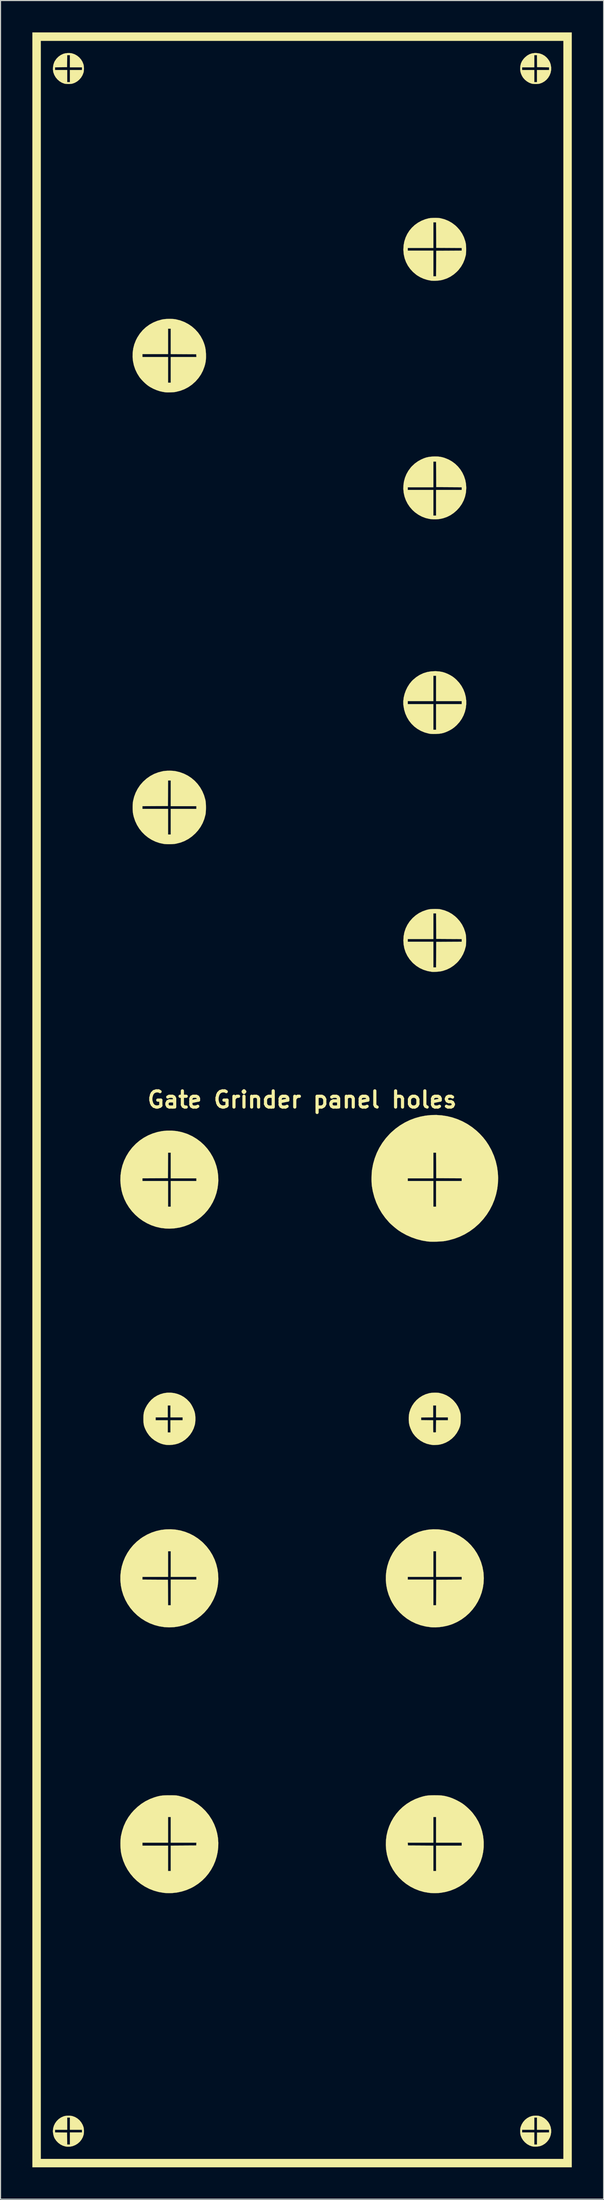
<source format=kicad_pcb>
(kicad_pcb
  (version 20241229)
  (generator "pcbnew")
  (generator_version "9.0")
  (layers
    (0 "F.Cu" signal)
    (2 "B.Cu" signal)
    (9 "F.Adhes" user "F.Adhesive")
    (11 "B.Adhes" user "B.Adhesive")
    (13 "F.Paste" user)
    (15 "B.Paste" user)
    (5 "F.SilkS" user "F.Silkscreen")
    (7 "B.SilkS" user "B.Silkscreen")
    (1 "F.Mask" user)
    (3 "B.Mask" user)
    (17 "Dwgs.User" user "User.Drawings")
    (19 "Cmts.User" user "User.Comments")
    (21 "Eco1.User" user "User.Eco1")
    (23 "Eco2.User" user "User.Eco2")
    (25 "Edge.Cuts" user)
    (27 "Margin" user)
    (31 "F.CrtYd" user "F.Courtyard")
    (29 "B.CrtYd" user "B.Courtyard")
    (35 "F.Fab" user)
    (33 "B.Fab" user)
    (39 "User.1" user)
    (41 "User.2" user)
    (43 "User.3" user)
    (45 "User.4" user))
  (footprint "Gate Grinder panel holes"
    (layer "F.Cu")
    (at 25.43 100.486)
    (property "Reference" "Gate Grinder panel holes" (at 0 0 0) (layer "F.SilkS") (effects (font (size 1.524 1.524) (thickness 0.3))))
    (attr through_hole)
    (fp_poly (pts (xy 25.425 100.507) (xy -25.425 100.507) (xy -25.425 -99.693) (xy -24.637 -99.693) (xy -24.637 99.719) (xy 24.637 99.719) (xy 24.637 -99.693) (xy -24.637 -99.693) (xy -25.425 -99.693) (xy -25.425 -100.481) (xy 25.425 -100.481) (xy 25.425 100.507)) (stroke (width 0.01) (type solid)) (fill yes) (layer "F.SilkS"))
    (fp_poly (pts (xy 22.27 95.661) (xy 22.364 95.678) (xy 22.606 95.761) (xy 22.832 95.888) (xy 23.035 96.053) (xy 23.208 96.249) (xy 23.334 96.455) (xy 23.431 96.704) (xy 23.48 96.957) (xy 23.484 97.21) (xy 23.445 97.458) (xy 23.365 97.694) (xy 23.246 97.914) (xy 23.091 98.111) (xy 22.901 98.282) (xy 22.68 98.419) (xy 22.494 98.498) (xy 22.349 98.535) (xy 22.175 98.558) (xy 21.993 98.566) (xy 21.821 98.559) (xy 21.683 98.537) (xy 21.441 98.45) (xy 21.215 98.322) (xy 21.014 98.158) (xy 20.842 97.965) (xy 20.706 97.748) (xy 20.613 97.515) (xy 20.607 97.492) (xy 20.579 97.34) (xy 20.566 97.165) (xy 20.569 96.985) (xy 20.57 96.973) (xy 20.747 96.973) (xy 20.747 97.227) (xy 21.891 97.227) (xy 21.891 98.371) (xy 22.145 98.371) (xy 22.151 97.805) (xy 22.158 97.24) (xy 22.724 97.233) (xy 23.29 97.226) (xy 23.29 96.973) (xy 22.146 96.973) (xy 22.146 95.828) (xy 21.891 95.828) (xy 21.891 96.973) (xy 20.747 96.973) (xy 20.57 96.973) (xy 20.586 96.82) (xy 20.606 96.73) (xy 20.704 96.477) (xy 20.843 96.248) (xy 21.017 96.049) (xy 21.221 95.884) (xy 21.451 95.758) (xy 21.652 95.689) (xy 21.786 95.664) (xy 21.947 95.652) (xy 22.115 95.651) (xy 22.27 95.661)) (stroke (width 0.01) (type solid)) (fill yes) (layer "F.SilkS"))
    (fp_poly (pts (xy -21.932 95.654) (xy -21.77 95.667) (xy -21.651 95.689) (xy -21.408 95.778) (xy -21.184 95.911) (xy -20.986 96.081) (xy -20.818 96.284) (xy -20.687 96.514) (xy -20.608 96.724) (xy -20.581 96.861) (xy -20.567 97.026) (xy -20.567 97.199) (xy -20.581 97.359) (xy -20.594 97.433) (xy -20.676 97.681) (xy -20.799 97.905) (xy -20.958 98.103) (xy -21.147 98.272) (xy -21.361 98.406) (xy -21.594 98.504) (xy -21.84 98.561) (xy -22.095 98.574) (xy -22.311 98.548) (xy -22.555 98.474) (xy -22.786 98.356) (xy -22.996 98.198) (xy -23.179 98.007) (xy -23.325 97.79) (xy -23.345 97.752) (xy -23.396 97.628) (xy -23.44 97.473) (xy -23.473 97.309) (xy -23.491 97.156) (xy -23.493 97.102) (xy -23.48 96.973) (xy -23.29 96.973) (xy -23.29 97.226) (xy -22.724 97.233) (xy -22.158 97.24) (xy -22.151 97.805) (xy -22.145 98.371) (xy -21.891 98.371) (xy -21.891 97.227) (xy -20.747 97.227) (xy -20.747 96.973) (xy -21.891 96.973) (xy -21.891 95.828) (xy -22.146 95.828) (xy -22.146 96.973) (xy -23.29 96.973) (xy -23.48 96.973) (xy -23.468 96.842) (xy -23.396 96.593) (xy -23.283 96.362) (xy -23.132 96.153) (xy -22.948 95.972) (xy -22.735 95.825) (xy -22.497 95.718) (xy -22.399 95.688) (xy -22.266 95.664) (xy -22.104 95.653) (xy -21.932 95.654)) (stroke (width 0.01) (type solid)) (fill yes) (layer "F.SilkS"))
    (fp_poly (pts (xy 22.107 -98.541) (xy 22.382 -98.501) (xy 22.633 -98.416) (xy 22.861 -98.287) (xy 23.061 -98.116) (xy 23.179 -97.978) (xy 23.277 -97.841) (xy 23.347 -97.719) (xy 23.399 -97.591) (xy 23.444 -97.437) (xy 23.444 -97.437) (xy 23.485 -97.178) (xy 23.479 -96.921) (xy 23.428 -96.673) (xy 23.336 -96.438) (xy 23.207 -96.222) (xy 23.042 -96.03) (xy 22.846 -95.868) (xy 22.621 -95.741) (xy 22.4 -95.663) (xy 22.276 -95.641) (xy 22.122 -95.63) (xy 21.956 -95.629) (xy 21.797 -95.639) (xy 21.664 -95.659) (xy 21.64 -95.665) (xy 21.414 -95.75) (xy 21.198 -95.876) (xy 21.004 -96.035) (xy 20.841 -96.22) (xy 20.742 -96.378) (xy 20.653 -96.571) (xy 20.597 -96.75) (xy 20.57 -96.938) (xy 20.566 -97.082) (xy 20.574 -97.201) (xy 20.747 -97.201) (xy 20.747 -96.947) (xy 21.891 -96.947) (xy 21.891 -95.803) (xy 22.146 -95.803) (xy 22.146 -96.947) (xy 23.29 -96.947) (xy 23.29 -97.2) (xy 22.724 -97.207) (xy 22.158 -97.214) (xy 22.151 -97.78) (xy 22.145 -98.346) (xy 21.891 -98.346) (xy 21.891 -97.201) (xy 20.747 -97.201) (xy 20.574 -97.201) (xy 20.584 -97.341) (xy 20.64 -97.571) (xy 20.736 -97.782) (xy 20.878 -97.982) (xy 21.001 -98.117) (xy 21.21 -98.295) (xy 21.432 -98.425) (xy 21.67 -98.507) (xy 21.927 -98.542) (xy 22.107 -98.541)) (stroke (width 0.01) (type solid)) (fill yes) (layer "F.SilkS"))
    (fp_poly (pts (xy -21.722 -98.517) (xy -21.707 -98.514) (xy -21.456 -98.43) (xy -21.225 -98.303) (xy -21.02 -98.14) (xy -20.846 -97.945) (xy -20.709 -97.724) (xy -20.613 -97.482) (xy -20.594 -97.408) (xy -20.573 -97.264) (xy -20.565 -97.096) (xy -20.572 -96.924) (xy -20.592 -96.769) (xy -20.608 -96.699) (xy -20.704 -96.452) (xy -20.841 -96.227) (xy -21.014 -96.029) (xy -21.216 -95.864) (xy -21.442 -95.737) (xy -21.651 -95.664) (xy -21.776 -95.642) (xy -21.93 -95.63) (xy -22.095 -95.629) (xy -22.252 -95.638) (xy -22.383 -95.657) (xy -22.411 -95.664) (xy -22.649 -95.755) (xy -22.869 -95.889) (xy -23.066 -96.06) (xy -23.232 -96.261) (xy -23.362 -96.487) (xy -23.45 -96.73) (xy -23.457 -96.759) (xy -23.488 -96.988) (xy -23.482 -97.2) (xy -23.29 -97.2) (xy -23.29 -96.947) (xy -22.146 -96.947) (xy -22.146 -95.803) (xy -21.891 -95.803) (xy -21.891 -96.947) (xy -20.747 -96.947) (xy -20.747 -97.201) (xy -21.891 -97.201) (xy -21.891 -98.346) (xy -22.145 -98.346) (xy -22.151 -97.78) (xy -22.158 -97.214) (xy -22.724 -97.207) (xy -23.29 -97.2) (xy -23.482 -97.2) (xy -23.481 -97.23) (xy -23.436 -97.471) (xy -23.358 -97.694) (xy -23.303 -97.8) (xy -23.15 -98.016) (xy -22.962 -98.203) (xy -22.748 -98.355) (xy -22.516 -98.465) (xy -22.498 -98.471) (xy -22.316 -98.517) (xy -22.112 -98.54) (xy -21.906 -98.541) (xy -21.722 -98.517)) (stroke (width 0.01) (type solid)) (fill yes) (layer "F.SilkS"))
    (fp_poly (pts (xy 12.856 -60.55) (xy 13.055 -60.524) (xy 13.25 -60.481) (xy 13.45 -60.42) (xy 13.805 -60.277) (xy 14.132 -60.093) (xy 14.429 -59.873) (xy 14.694 -59.619) (xy 14.924 -59.336) (xy 15.118 -59.028) (xy 15.272 -58.697) (xy 15.386 -58.348) (xy 15.456 -57.984) (xy 15.48 -57.609) (xy 15.457 -57.226) (xy 15.446 -57.149) (xy 15.365 -56.775) (xy 15.236 -56.42) (xy 15.061 -56.085) (xy 14.84 -55.771) (xy 14.598 -55.503) (xy 14.303 -55.244) (xy 13.99 -55.032) (xy 13.657 -54.865) (xy 13.3 -54.743) (xy 13.008 -54.679) (xy 12.811 -54.655) (xy 12.585 -54.644) (xy 12.352 -54.647) (xy 12.132 -54.663) (xy 12.014 -54.679) (xy 11.646 -54.766) (xy 11.293 -54.901) (xy 10.958 -55.082) (xy 10.646 -55.304) (xy 10.412 -55.516) (xy 10.16 -55.803) (xy 9.951 -56.112) (xy 9.786 -56.44) (xy 9.663 -56.782) (xy 9.584 -57.134) (xy 9.548 -57.492) (xy 9.552 -57.665) (xy 9.967 -57.665) (xy 9.967 -57.411) (xy 12.382 -57.411) (xy 12.382 -54.995) (xy 12.636 -54.995) (xy 12.636 -57.411) (xy 15.052 -57.411) (xy 15.052 -57.664) (xy 13.851 -57.671) (xy 12.649 -57.678) (xy 12.643 -58.879) (xy 12.636 -60.08) (xy 12.382 -60.08) (xy 12.382 -57.665) (xy 9.967 -57.665) (xy 9.552 -57.665) (xy 9.556 -57.851) (xy 9.607 -58.207) (xy 9.701 -58.556) (xy 9.839 -58.894) (xy 10.021 -59.216) (xy 10.246 -59.519) (xy 10.353 -59.638) (xy 10.631 -59.897) (xy 10.938 -60.116) (xy 11.228 -60.275) (xy 11.476 -60.385) (xy 11.71 -60.464) (xy 11.947 -60.516) (xy 12.205 -60.547) (xy 12.387 -60.557) (xy 12.639 -60.56) (xy 12.856 -60.55)) (stroke (width 0.01) (type solid)) (fill yes) (layer "F.SilkS"))
    (fp_poly (pts (xy -12.045 27.623) (xy -11.728 27.706) (xy -11.423 27.831) (xy -11.135 27.997) (xy -10.869 28.203) (xy -10.63 28.447) (xy -10.545 28.553) (xy -10.432 28.722) (xy -10.322 28.923) (xy -10.224 29.136) (xy -10.147 29.344) (xy -10.115 29.455) (xy -10.076 29.669) (xy -10.057 29.911) (xy -10.057 30.162) (xy -10.075 30.404) (xy -10.113 30.618) (xy -10.115 30.623) (xy -10.222 30.95) (xy -10.372 31.258) (xy -10.562 31.542) (xy -10.787 31.798) (xy -11.043 32.02) (xy -11.326 32.205) (xy -11.632 32.348) (xy -11.695 32.371) (xy -11.942 32.44) (xy -12.21 32.486) (xy -12.48 32.507) (xy -12.735 32.502) (xy -12.825 32.492) (xy -13.023 32.458) (xy -13.199 32.413) (xy -13.374 32.35) (xy -13.568 32.263) (xy -13.59 32.253) (xy -13.902 32.074) (xy -14.176 31.862) (xy -14.412 31.616) (xy -14.612 31.335) (xy -14.723 31.133) (xy -14.805 30.956) (xy -14.867 30.8) (xy -14.91 30.651) (xy -14.938 30.496) (xy -14.954 30.322) (xy -14.959 30.115) (xy -14.96 30.04) (xy -14.958 29.9) (xy -13.806 29.9) (xy -13.806 30.18) (xy -12.662 30.18) (xy -12.662 31.324) (xy -12.408 31.324) (xy -12.408 30.18) (xy -11.263 30.18) (xy -11.263 29.9) (xy -12.408 29.9) (xy -12.408 28.782) (xy -12.662 28.782) (xy -12.662 29.9) (xy -13.806 29.9) (xy -14.958 29.9) (xy -14.956 29.823) (xy -14.945 29.643) (xy -14.923 29.487) (xy -14.888 29.343) (xy -14.837 29.197) (xy -14.768 29.037) (xy -14.762 29.023) (xy -14.611 28.747) (xy -14.421 28.484) (xy -14.204 28.246) (xy -13.967 28.045) (xy -13.946 28.029) (xy -13.653 27.85) (xy -13.345 27.716) (xy -13.025 27.627) (xy -12.699 27.582) (xy -12.371 27.581) (xy -12.045 27.623)) (stroke (width 0.01) (type solid)) (fill yes) (layer "F.SilkS"))
    (fp_poly (pts (xy 12.646 -40.343) (xy 12.947 -40.32) (xy 13.219 -40.272) (xy 13.479 -40.195) (xy 13.745 -40.085) (xy 13.771 -40.072) (xy 13.998 -39.955) (xy 14.193 -39.835) (xy 14.374 -39.698) (xy 14.552 -39.539) (xy 14.814 -39.256) (xy 15.033 -38.951) (xy 15.209 -38.627) (xy 15.341 -38.289) (xy 15.43 -37.941) (xy 15.476 -37.586) (xy 15.478 -37.229) (xy 15.437 -36.874) (xy 15.353 -36.524) (xy 15.225 -36.185) (xy 15.054 -35.859) (xy 14.84 -35.552) (xy 14.582 -35.266) (xy 14.552 -35.237) (xy 14.367 -35.073) (xy 14.186 -34.937) (xy 13.99 -34.816) (xy 13.771 -34.704) (xy 13.55 -34.607) (xy 13.342 -34.535) (xy 13.134 -34.485) (xy 12.91 -34.454) (xy 12.655 -34.438) (xy 12.586 -34.436) (xy 12.407 -34.434) (xy 12.266 -34.436) (xy 12.15 -34.442) (xy 12.046 -34.455) (xy 11.941 -34.474) (xy 11.937 -34.475) (xy 11.557 -34.579) (xy 11.203 -34.726) (xy 10.876 -34.913) (xy 10.579 -35.137) (xy 10.314 -35.396) (xy 10.084 -35.686) (xy 9.891 -36.007) (xy 9.737 -36.353) (xy 9.625 -36.724) (xy 9.557 -37.116) (xy 9.548 -37.21) (xy 9.544 -37.528) (xy 9.967 -37.528) (xy 9.967 -37.248) (xy 12.382 -37.248) (xy 12.382 -34.833) (xy 12.636 -34.833) (xy 12.636 -37.248) (xy 15.052 -37.248) (xy 15.052 -37.528) (xy 12.636 -37.528) (xy 12.636 -39.918) (xy 12.382 -39.918) (xy 12.382 -37.528) (xy 9.967 -37.528) (xy 9.544 -37.528) (xy 9.544 -37.536) (xy 9.585 -37.871) (xy 9.667 -38.208) (xy 9.787 -38.539) (xy 9.941 -38.855) (xy 10.128 -39.149) (xy 10.342 -39.412) (xy 10.46 -39.53) (xy 10.766 -39.785) (xy 11.089 -39.992) (xy 11.43 -40.152) (xy 11.788 -40.263) (xy 12.165 -40.328) (xy 12.562 -40.346) (xy 12.646 -40.343)) (stroke (width 0.01) (type solid)) (fill yes) (layer "F.SilkS"))
    (fp_poly (pts (xy -12.266 2.909) (xy -11.803 2.956) (xy -11.342 3.052) (xy -10.888 3.196) (xy -10.774 3.24) (xy -10.345 3.441) (xy -9.944 3.682) (xy -9.572 3.96) (xy -9.232 4.272) (xy -8.926 4.615) (xy -8.656 4.986) (xy -8.423 5.381) (xy -8.23 5.797) (xy -8.079 6.232) (xy -7.972 6.681) (xy -7.91 7.141) (xy -7.896 7.61) (xy -7.908 7.85) (xy -7.968 8.33) (xy -8.075 8.792) (xy -8.225 9.232) (xy -8.415 9.65) (xy -8.644 10.043) (xy -8.908 10.409) (xy -9.206 10.746) (xy -9.535 11.052) (xy -9.893 11.324) (xy -10.277 11.56) (xy -10.684 11.759) (xy -11.112 11.919) (xy -11.559 12.036) (xy -12.023 12.109) (xy -12.5 12.137) (xy -12.853 12.126) (xy -13.316 12.071) (xy -13.766 11.969) (xy -14.201 11.822) (xy -14.617 11.632) (xy -15.012 11.403) (xy -15.382 11.137) (xy -15.725 10.836) (xy -16.037 10.503) (xy -16.316 10.14) (xy -16.559 9.751) (xy -16.762 9.337) (xy -16.923 8.901) (xy -17.018 8.543) (xy -17.1 8.062) (xy -17.131 7.583) (xy -17.125 7.399) (xy -15.052 7.399) (xy -15.052 7.653) (xy -12.636 7.653) (xy -12.636 10.068) (xy -12.382 10.068) (xy -12.382 7.653) (xy -9.967 7.653) (xy -9.967 7.399) (xy -12.382 7.399) (xy -12.382 4.983) (xy -12.636 4.983) (xy -12.643 6.185) (xy -12.649 7.386) (xy -13.851 7.393) (xy -15.052 7.399) (xy -17.125 7.399) (xy -17.114 7.107) (xy -17.049 6.64) (xy -16.936 6.182) (xy -16.777 5.739) (xy -16.572 5.313) (xy -16.323 4.906) (xy -16.029 4.523) (xy -15.993 4.482) (xy -15.661 4.139) (xy -15.301 3.836) (xy -14.915 3.574) (xy -14.507 3.354) (xy -14.081 3.177) (xy -13.64 3.042) (xy -13.189 2.952) (xy -12.729 2.908) (xy -12.266 2.909)) (stroke (width 0.01) (type solid)) (fill yes) (layer "F.SilkS"))
    (fp_poly (pts (xy -11.924 40.475) (xy -11.475 40.555) (xy -11.035 40.68) (xy -10.607 40.849) (xy -10.196 41.061) (xy -9.805 41.317) (xy -9.436 41.615) (xy -9.323 41.72) (xy -8.991 42.074) (xy -8.7 42.455) (xy -8.452 42.86) (xy -8.248 43.285) (xy -8.089 43.728) (xy -7.977 44.184) (xy -7.912 44.652) (xy -7.896 45.128) (xy -7.909 45.391) (xy -7.958 45.812) (xy -8.04 46.208) (xy -8.159 46.593) (xy -8.319 46.979) (xy -8.39 47.126) (xy -8.625 47.541) (xy -8.898 47.924) (xy -9.205 48.275) (xy -9.545 48.591) (xy -9.912 48.87) (xy -10.305 49.111) (xy -10.72 49.311) (xy -11.154 49.47) (xy -11.603 49.585) (xy -12.064 49.655) (xy -12.534 49.677) (xy -12.99 49.652) (xy -13.462 49.578) (xy -13.92 49.456) (xy -14.361 49.289) (xy -14.78 49.079) (xy -15.176 48.828) (xy -15.545 48.539) (xy -15.883 48.214) (xy -16.188 47.855) (xy -16.456 47.463) (xy -16.667 47.078) (xy -16.854 46.638) (xy -16.993 46.189) (xy -17.085 45.734) (xy -17.129 45.277) (xy -17.129 44.927) (xy -15.052 44.927) (xy -15.052 45.18) (xy -13.851 45.187) (xy -12.649 45.194) (xy -12.643 46.395) (xy -12.636 47.596) (xy -12.382 47.596) (xy -12.382 45.181) (xy -9.967 45.181) (xy -9.967 44.927) (xy -12.382 44.927) (xy -12.382 42.511) (xy -12.636 42.511) (xy -12.636 44.927) (xy -15.052 44.927) (xy -17.129 44.927) (xy -17.129 44.821) (xy -17.083 44.37) (xy -16.994 43.926) (xy -16.861 43.493) (xy -16.687 43.074) (xy -16.472 42.674) (xy -16.217 42.294) (xy -15.922 41.938) (xy -15.589 41.611) (xy -15.219 41.314) (xy -15.026 41.182) (xy -14.612 40.943) (xy -14.182 40.75) (xy -13.74 40.604) (xy -13.29 40.503) (xy -12.835 40.449) (xy -12.378 40.439) (xy -11.924 40.475)) (stroke (width 0.01) (type solid)) (fill yes) (layer "F.SilkS"))
    (fp_poly (pts (xy 12.836 40.45) (xy 13.308 40.508) (xy 13.776 40.615) (xy 13.984 40.679) (xy 14.43 40.854) (xy 14.849 41.071) (xy 15.241 41.327) (xy 15.602 41.62) (xy 15.931 41.947) (xy 16.225 42.305) (xy 16.482 42.692) (xy 16.7 43.104) (xy 16.877 43.539) (xy 17.01 43.995) (xy 17.097 44.467) (xy 17.11 44.576) (xy 17.136 45.046) (xy 17.114 45.511) (xy 17.044 45.966) (xy 16.93 46.41) (xy 16.773 46.839) (xy 16.576 47.249) (xy 16.34 47.638) (xy 16.067 48.003) (xy 15.76 48.34) (xy 15.419 48.646) (xy 15.049 48.919) (xy 14.649 49.154) (xy 14.223 49.35) (xy 13.984 49.437) (xy 13.652 49.532) (xy 13.3 49.605) (xy 12.942 49.654) (xy 12.591 49.677) (xy 12.263 49.673) (xy 12.153 49.664) (xy 11.652 49.592) (xy 11.175 49.474) (xy 10.721 49.312) (xy 10.293 49.106) (xy 9.888 48.855) (xy 9.509 48.559) (xy 9.224 48.292) (xy 8.938 47.978) (xy 8.694 47.655) (xy 8.482 47.31) (xy 8.352 47.057) (xy 8.167 46.614) (xy 8.03 46.164) (xy 7.941 45.71) (xy 7.898 45.255) (xy 7.9 44.927) (xy 9.967 44.927) (xy 9.967 45.181) (xy 12.382 45.181) (xy 12.382 47.596) (xy 12.636 47.596) (xy 12.643 46.395) (xy 12.649 45.194) (xy 13.851 45.187) (xy 15.052 45.18) (xy 15.052 44.927) (xy 12.636 44.927) (xy 12.636 42.511) (xy 12.382 42.511) (xy 12.382 44.927) (xy 9.967 44.927) (xy 7.9 44.927) (xy 7.901 44.802) (xy 7.948 44.354) (xy 8.038 43.915) (xy 8.17 43.486) (xy 8.343 43.073) (xy 8.555 42.677) (xy 8.807 42.302) (xy 9.096 41.951) (xy 9.421 41.627) (xy 9.782 41.334) (xy 10.177 41.073) (xy 10.539 40.881) (xy 10.977 40.699) (xy 11.429 40.565) (xy 11.892 40.479) (xy 12.363 40.44) (xy 12.836 40.45)) (stroke (width 0.01) (type solid)) (fill yes) (layer "F.SilkS"))
    (fp_poly (pts (xy 12.758 -17.955) (xy 12.919 -17.945) (xy 13.043 -17.928) (xy 13.429 -17.827) (xy 13.789 -17.682) (xy 14.124 -17.493) (xy 14.434 -17.26) (xy 14.607 -17.099) (xy 14.868 -16.804) (xy 15.085 -16.484) (xy 15.256 -16.139) (xy 15.383 -15.771) (xy 15.436 -15.548) (xy 15.452 -15.434) (xy 15.463 -15.286) (xy 15.469 -15.115) (xy 15.47 -14.936) (xy 15.466 -14.763) (xy 15.457 -14.609) (xy 15.443 -14.487) (xy 15.437 -14.454) (xy 15.331 -14.065) (xy 15.182 -13.704) (xy 14.989 -13.369) (xy 14.754 -13.061) (xy 14.607 -12.904) (xy 14.313 -12.645) (xy 13.996 -12.431) (xy 13.654 -12.261) (xy 13.288 -12.136) (xy 13.139 -12.1) (xy 13.016 -12.079) (xy 12.864 -12.061) (xy 12.697 -12.047) (xy 12.531 -12.038) (xy 12.38 -12.035) (xy 12.26 -12.039) (xy 12.23 -12.042) (xy 11.828 -12.115) (xy 11.453 -12.232) (xy 11.103 -12.392) (xy 10.779 -12.597) (xy 10.481 -12.845) (xy 10.393 -12.932) (xy 10.136 -13.229) (xy 9.926 -13.547) (xy 9.761 -13.887) (xy 9.644 -14.245) (xy 9.574 -14.622) (xy 9.551 -15.001) (xy 9.559 -15.128) (xy 9.967 -15.128) (xy 9.967 -14.874) (xy 12.382 -14.874) (xy 12.382 -12.458) (xy 12.636 -12.458) (xy 12.643 -13.66) (xy 12.649 -14.861) (xy 13.851 -14.868) (xy 15.052 -14.874) (xy 15.052 -15.128) (xy 13.851 -15.134) (xy 12.649 -15.141) (xy 12.643 -16.342) (xy 12.636 -17.544) (xy 12.382 -17.544) (xy 12.382 -15.128) (xy 9.967 -15.128) (xy 9.559 -15.128) (xy 9.576 -15.392) (xy 9.648 -15.769) (xy 9.767 -16.128) (xy 9.932 -16.467) (xy 10.142 -16.784) (xy 10.396 -17.075) (xy 10.439 -17.118) (xy 10.727 -17.368) (xy 11.032 -17.573) (xy 11.362 -17.737) (xy 11.721 -17.863) (xy 11.929 -17.916) (xy 12.051 -17.935) (xy 12.209 -17.949) (xy 12.389 -17.957) (xy 12.577 -17.959) (xy 12.758 -17.955)) (stroke (width 0.01) (type solid)) (fill yes) (layer "F.SilkS"))
    (fp_poly (pts (xy 12.759 -83.019) (xy 12.918 -83.008) (xy 13.042 -82.992) (xy 13.042 -82.992) (xy 13.428 -82.89) (xy 13.789 -82.744) (xy 14.126 -82.554) (xy 14.437 -82.32) (xy 14.607 -82.162) (xy 14.868 -81.868) (xy 15.084 -81.549) (xy 15.256 -81.205) (xy 15.383 -80.836) (xy 15.436 -80.611) (xy 15.452 -80.498) (xy 15.463 -80.349) (xy 15.469 -80.179) (xy 15.47 -80) (xy 15.466 -79.827) (xy 15.457 -79.672) (xy 15.443 -79.55) (xy 15.437 -79.518) (xy 15.331 -79.129) (xy 15.184 -78.769) (xy 14.994 -78.437) (xy 14.761 -78.131) (xy 14.607 -77.967) (xy 14.313 -77.708) (xy 13.995 -77.494) (xy 13.653 -77.324) (xy 13.287 -77.2) (xy 13.139 -77.164) (xy 12.97 -77.135) (xy 12.774 -77.115) (xy 12.567 -77.103) (xy 12.368 -77.102) (xy 12.194 -77.111) (xy 12.141 -77.117) (xy 11.798 -77.186) (xy 11.46 -77.294) (xy 11.14 -77.437) (xy 10.848 -77.611) (xy 10.766 -77.669) (xy 10.461 -77.927) (xy 10.198 -78.212) (xy 9.978 -78.522) (xy 9.803 -78.855) (xy 9.673 -79.209) (xy 9.589 -79.581) (xy 9.553 -79.969) (xy 9.551 -80.065) (xy 9.559 -80.192) (xy 9.967 -80.192) (xy 9.967 -79.938) (xy 12.382 -79.938) (xy 12.382 -77.522) (xy 12.636 -77.522) (xy 12.643 -78.723) (xy 12.649 -79.925) (xy 13.851 -79.931) (xy 15.052 -79.938) (xy 15.052 -80.191) (xy 13.851 -80.198) (xy 12.649 -80.205) (xy 12.643 -81.406) (xy 12.636 -82.607) (xy 12.382 -82.607) (xy 12.382 -80.192) (xy 9.967 -80.192) (xy 9.559 -80.192) (xy 9.576 -80.452) (xy 9.647 -80.824) (xy 9.763 -81.178) (xy 9.92 -81.51) (xy 10.118 -81.819) (xy 10.353 -82.1) (xy 10.622 -82.351) (xy 10.925 -82.569) (xy 11.257 -82.75) (xy 11.617 -82.894) (xy 11.929 -82.979) (xy 12.051 -82.999) (xy 12.21 -83.012) (xy 12.391 -83.021) (xy 12.578 -83.023) (xy 12.759 -83.019)) (stroke (width 0.01) (type solid)) (fill yes) (layer "F.SilkS"))
    (fp_poly (pts (xy -12.216 -30.967) (xy -12.003 -30.945) (xy -11.932 -30.934) (xy -11.52 -30.835) (xy -11.13 -30.692) (xy -10.765 -30.507) (xy -10.427 -30.283) (xy -10.12 -30.022) (xy -9.845 -29.726) (xy -9.605 -29.399) (xy -9.403 -29.043) (xy -9.241 -28.661) (xy -9.123 -28.254) (xy -9.11 -28.197) (xy -9.088 -28.053) (xy -9.072 -27.873) (xy -9.064 -27.669) (xy -9.062 -27.457) (xy -9.067 -27.248) (xy -9.079 -27.056) (xy -9.098 -26.895) (xy -9.109 -26.832) (xy -9.221 -26.42) (xy -9.375 -26.038) (xy -9.572 -25.682) (xy -9.812 -25.349) (xy -10.067 -25.068) (xy -10.385 -24.784) (xy -10.724 -24.546) (xy -11.087 -24.353) (xy -11.471 -24.206) (xy -11.879 -24.105) (xy -11.974 -24.088) (xy -12.106 -24.073) (xy -12.273 -24.062) (xy -12.459 -24.057) (xy -12.647 -24.057) (xy -12.824 -24.063) (xy -12.972 -24.074) (xy -13.021 -24.08) (xy -13.425 -24.164) (xy -13.809 -24.294) (xy -14.172 -24.466) (xy -14.511 -24.678) (xy -14.823 -24.928) (xy -15.104 -25.211) (xy -15.352 -25.526) (xy -15.564 -25.87) (xy -15.737 -26.239) (xy -15.868 -26.631) (xy -15.93 -26.9) (xy -15.957 -27.096) (xy -15.973 -27.324) (xy -15.976 -27.566) (xy -15.974 -27.637) (xy -15.052 -27.637) (xy -15.052 -27.383) (xy -12.636 -27.383) (xy -12.636 -24.968) (xy -12.382 -24.968) (xy -12.382 -27.383) (xy -9.967 -27.383) (xy -9.967 -27.637) (xy -12.382 -27.637) (xy -12.382 -30.053) (xy -12.636 -30.053) (xy -12.643 -28.852) (xy -12.649 -27.65) (xy -13.851 -27.644) (xy -15.052 -27.637) (xy -15.974 -27.637) (xy -15.968 -27.805) (xy -15.948 -28.022) (xy -15.933 -28.12) (xy -15.835 -28.521) (xy -15.69 -28.908) (xy -15.502 -29.273) (xy -15.273 -29.613) (xy -15.005 -29.922) (xy -14.976 -29.951) (xy -14.656 -30.237) (xy -14.314 -30.476) (xy -13.949 -30.671) (xy -13.561 -30.82) (xy -13.148 -30.925) (xy -13.12 -30.931) (xy -12.922 -30.958) (xy -12.694 -30.973) (xy -12.452 -30.976) (xy -12.216 -30.967)) (stroke (width 0.01) (type solid)) (fill yes) (layer "F.SilkS"))
    (fp_poly (pts (xy -12.284 -73.512) (xy -12.062 -73.496) (xy -11.89 -73.47) (xy -11.477 -73.364) (xy -11.086 -73.214) (xy -10.721 -73.022) (xy -10.384 -72.792) (xy -10.077 -72.524) (xy -9.804 -72.222) (xy -9.567 -71.888) (xy -9.37 -71.523) (xy -9.263 -71.269) (xy -9.181 -71.027) (xy -9.122 -70.788) (xy -9.084 -70.538) (xy -9.063 -70.26) (xy -9.06 -70.174) (xy -9.057 -69.905) (xy -9.068 -69.67) (xy -9.096 -69.453) (xy -9.141 -69.238) (xy -9.207 -69.011) (xy -9.351 -68.632) (xy -9.532 -68.284) (xy -9.754 -67.96) (xy -10.02 -67.653) (xy -10.067 -67.605) (xy -10.383 -67.324) (xy -10.725 -67.087) (xy -11.092 -66.894) (xy -11.482 -66.746) (xy -11.893 -66.643) (xy -11.987 -66.627) (xy -12.085 -66.615) (xy -12.213 -66.605) (xy -12.359 -66.598) (xy -12.509 -66.593) (xy -12.652 -66.591) (xy -12.774 -66.593) (xy -12.864 -66.599) (xy -12.891 -66.603) (xy -12.933 -66.61) (xy -13.01 -66.623) (xy -13.107 -66.638) (xy -13.12 -66.64) (xy -13.412 -66.705) (xy -13.719 -66.806) (xy -14.026 -66.938) (xy -14.318 -67.094) (xy -14.466 -67.187) (xy -14.617 -67.299) (xy -14.783 -67.441) (xy -14.953 -67.603) (xy -15.114 -67.77) (xy -15.255 -67.933) (xy -15.33 -68.032) (xy -15.551 -68.384) (xy -15.727 -68.754) (xy -15.857 -69.138) (xy -15.941 -69.531) (xy -15.98 -69.93) (xy -15.975 -70.2) (xy -15.052 -70.2) (xy -15.052 -69.92) (xy -12.636 -69.92) (xy -12.636 -67.505) (xy -12.382 -67.505) (xy -12.382 -69.92) (xy -9.964 -69.92) (xy -9.972 -70.053) (xy -9.979 -70.187) (xy -11.181 -70.193) (xy -12.382 -70.2) (xy -12.382 -72.59) (xy -12.636 -72.59) (xy -12.636 -70.2) (xy -15.052 -70.2) (xy -15.975 -70.2) (xy -15.972 -70.331) (xy -15.918 -70.728) (xy -15.817 -71.119) (xy -15.669 -71.498) (xy -15.532 -71.763) (xy -15.3 -72.12) (xy -15.033 -72.44) (xy -14.733 -72.722) (xy -14.401 -72.965) (xy -14.04 -73.168) (xy -13.651 -73.329) (xy -13.236 -73.447) (xy -13.188 -73.458) (xy -12.993 -73.489) (xy -12.766 -73.509) (xy -12.525 -73.516) (xy -12.284 -73.512)) (stroke (width 0.01) (type solid)) (fill yes) (layer "F.SilkS"))
    (fp_poly (pts (xy 12.713 27.585) (xy 12.874 27.597) (xy 12.954 27.61) (xy 13.3 27.702) (xy 13.616 27.834) (xy 13.907 28.009) (xy 14.179 28.229) (xy 14.292 28.34) (xy 14.515 28.602) (xy 14.694 28.884) (xy 14.832 29.191) (xy 14.904 29.419) (xy 14.927 29.509) (xy 14.943 29.593) (xy 14.953 29.683) (xy 14.959 29.791) (xy 14.961 29.929) (xy 14.961 30.053) (xy 14.957 30.271) (xy 14.943 30.453) (xy 14.919 30.612) (xy 14.88 30.762) (xy 14.823 30.916) (xy 14.748 31.086) (xy 14.579 31.388) (xy 14.371 31.662) (xy 14.128 31.904) (xy 13.855 32.11) (xy 13.557 32.277) (xy 13.238 32.402) (xy 12.972 32.468) (xy 12.878 32.481) (xy 12.759 32.493) (xy 12.628 32.502) (xy 12.501 32.508) (xy 12.393 32.51) (xy 12.316 32.506) (xy 12.306 32.505) (xy 12.249 32.495) (xy 12.161 32.481) (xy 12.066 32.465) (xy 11.762 32.391) (xy 11.462 32.271) (xy 11.176 32.11) (xy 10.91 31.914) (xy 10.673 31.686) (xy 10.475 31.438) (xy 10.389 31.296) (xy 10.301 31.122) (xy 10.219 30.934) (xy 10.152 30.75) (xy 10.115 30.623) (xy 10.076 30.411) (xy 10.057 30.169) (xy 10.057 29.918) (xy 10.057 29.913) (xy 11.225 29.913) (xy 11.225 30.167) (xy 12.357 30.181) (xy 12.357 30.736) (xy 12.358 30.899) (xy 12.36 31.045) (xy 12.363 31.165) (xy 12.368 31.254) (xy 12.373 31.302) (xy 12.375 31.308) (xy 12.409 31.318) (xy 12.475 31.32) (xy 12.508 31.319) (xy 12.624 31.311) (xy 12.631 30.746) (xy 12.637 30.18) (xy 13.755 30.18) (xy 13.755 29.9) (xy 12.636 29.9) (xy 12.636 28.782) (xy 12.357 28.782) (xy 12.357 29.899) (xy 11.225 29.913) (xy 10.057 29.913) (xy 10.075 29.676) (xy 10.113 29.461) (xy 10.115 29.455) (xy 10.222 29.126) (xy 10.373 28.818) (xy 10.564 28.535) (xy 10.791 28.281) (xy 11.05 28.06) (xy 11.337 27.876) (xy 11.649 27.732) (xy 11.98 27.632) (xy 12.014 27.625) (xy 12.163 27.601) (xy 12.34 27.587) (xy 12.529 27.581) (xy 12.713 27.585)) (stroke (width 0.01) (type solid)) (fill yes) (layer "F.SilkS"))
    (fp_poly (pts (xy -12.497 65.484) (xy -12.295 65.485) (xy -12.134 65.487) (xy -12.007 65.491) (xy -11.902 65.498) (xy -11.811 65.508) (xy -11.724 65.522) (xy -11.633 65.54) (xy -11.619 65.543) (xy -11.136 65.672) (xy -10.677 65.845) (xy -10.244 66.06) (xy -9.839 66.316) (xy -9.464 66.613) (xy -9.12 66.948) (xy -8.81 67.322) (xy -8.754 67.399) (xy -8.497 67.798) (xy -8.287 68.212) (xy -8.123 68.639) (xy -8.003 69.074) (xy -7.928 69.515) (xy -7.897 69.958) (xy -7.907 70.401) (xy -7.96 70.839) (xy -8.054 71.27) (xy -8.187 71.69) (xy -8.36 72.096) (xy -8.572 72.486) (xy -8.821 72.855) (xy -9.107 73.201) (xy -9.429 73.52) (xy -9.787 73.809) (xy -10.179 74.065) (xy -10.463 74.218) (xy -10.894 74.404) (xy -11.344 74.546) (xy -11.805 74.643) (xy -12.272 74.693) (xy -12.737 74.696) (xy -13.035 74.672) (xy -13.508 74.592) (xy -13.964 74.466) (xy -14.4 74.296) (xy -14.814 74.084) (xy -15.202 73.834) (xy -15.563 73.547) (xy -15.893 73.227) (xy -16.19 72.874) (xy -16.452 72.493) (xy -16.676 72.084) (xy -16.859 71.652) (xy -16.999 71.197) (xy -17.065 70.892) (xy -17.091 70.705) (xy -17.11 70.485) (xy -17.121 70.246) (xy -17.124 70.001) (xy -17.123 69.945) (xy -15.052 69.945) (xy -15.052 70.225) (xy -12.636 70.225) (xy -12.636 72.615) (xy -12.382 72.615) (xy -12.382 70.226) (xy -11.181 70.219) (xy -9.979 70.212) (xy -9.972 70.079) (xy -9.964 69.945) (xy -12.382 69.945) (xy -12.382 67.53) (xy -12.636 67.53) (xy -12.636 69.945) (xy -15.052 69.945) (xy -17.123 69.945) (xy -17.118 69.764) (xy -17.105 69.548) (xy -17.083 69.366) (xy -17.078 69.335) (xy -16.965 68.846) (xy -16.812 68.387) (xy -16.617 67.956) (xy -16.38 67.553) (xy -16.1 67.175) (xy -15.869 66.915) (xy -15.517 66.578) (xy -15.148 66.288) (xy -14.76 66.043) (xy -14.349 65.84) (xy -13.956 65.691) (xy -13.751 65.627) (xy -13.566 65.577) (xy -13.39 65.539) (xy -13.212 65.513) (xy -13.019 65.496) (xy -12.8 65.487) (xy -12.545 65.484) (xy -12.497 65.484)) (stroke (width 0.01) (type solid)) (fill yes) (layer "F.SilkS"))
    (fp_poly (pts (xy 12.77 65.486) (xy 12.993 65.494) (xy 13.189 65.51) (xy 13.371 65.536) (xy 13.55 65.573) (xy 13.738 65.622) (xy 13.949 65.686) (xy 13.959 65.69) (xy 14.156 65.762) (xy 14.379 65.858) (xy 14.611 65.971) (xy 14.837 66.092) (xy 15.043 66.213) (xy 15.178 66.304) (xy 15.341 66.428) (xy 15.52 66.581) (xy 15.704 66.75) (xy 15.878 66.922) (xy 16.029 67.085) (xy 16.093 67.161) (xy 16.382 67.556) (xy 16.625 67.97) (xy 16.821 68.404) (xy 16.969 68.857) (xy 17.07 69.329) (xy 17.124 69.818) (xy 17.128 69.894) (xy 17.125 70.368) (xy 17.073 70.831) (xy 16.977 71.28) (xy 16.836 71.714) (xy 16.655 72.128) (xy 16.435 72.521) (xy 16.178 72.891) (xy 15.887 73.233) (xy 15.564 73.547) (xy 15.211 73.828) (xy 14.83 74.075) (xy 14.424 74.285) (xy 13.996 74.455) (xy 13.546 74.582) (xy 13.078 74.665) (xy 13.012 74.673) (xy 12.824 74.688) (xy 12.607 74.695) (xy 12.382 74.695) (xy 12.168 74.687) (xy 11.985 74.672) (xy 11.984 74.672) (xy 11.515 74.593) (xy 11.062 74.466) (xy 10.627 74.296) (xy 10.213 74.084) (xy 9.823 73.832) (xy 9.461 73.544) (xy 9.129 73.221) (xy 8.83 72.866) (xy 8.568 72.481) (xy 8.345 72.07) (xy 8.164 71.634) (xy 8.137 71.554) (xy 8.008 71.092) (xy 7.929 70.628) (xy 7.897 70.165) (xy 7.904 69.945) (xy 9.964 69.945) (xy 9.972 70.079) (xy 9.979 70.212) (xy 11.181 70.219) (xy 12.382 70.226) (xy 12.382 72.615) (xy 12.636 72.615) (xy 12.636 70.225) (xy 15.052 70.225) (xy 15.052 69.945) (xy 12.636 69.945) (xy 12.636 67.53) (xy 12.382 67.53) (xy 12.382 69.945) (xy 9.964 69.945) (xy 7.904 69.945) (xy 7.911 69.708) (xy 7.969 69.258) (xy 8.071 68.819) (xy 8.214 68.394) (xy 8.397 67.985) (xy 8.619 67.596) (xy 8.877 67.23) (xy 9.171 66.89) (xy 9.5 66.578) (xy 9.861 66.298) (xy 10.253 66.052) (xy 10.674 65.844) (xy 11.05 65.701) (xy 11.26 65.634) (xy 11.445 65.582) (xy 11.617 65.543) (xy 11.788 65.515) (xy 11.97 65.497) (xy 12.175 65.487) (xy 12.415 65.483) (xy 12.509 65.483) (xy 12.77 65.486)) (stroke (width 0.01) (type solid)) (fill yes) (layer "F.SilkS"))
    (fp_poly (pts (xy 13.171 1.472) (xy 13.676 1.55) (xy 14.175 1.672) (xy 14.663 1.837) (xy 15.139 2.045) (xy 15.599 2.296) (xy 16.04 2.591) (xy 16.459 2.929) (xy 16.749 3.202) (xy 17.062 3.54) (xy 17.339 3.891) (xy 17.588 4.266) (xy 17.817 4.677) (xy 17.876 4.793) (xy 18.093 5.29) (xy 18.262 5.799) (xy 18.383 6.315) (xy 18.457 6.837) (xy 18.485 7.36) (xy 18.466 7.882) (xy 18.402 8.4) (xy 18.292 8.91) (xy 18.139 9.409) (xy 17.941 9.895) (xy 17.7 10.364) (xy 17.416 10.813) (xy 17.09 11.239) (xy 16.721 11.639) (xy 16.662 11.697) (xy 16.246 12.065) (xy 15.807 12.387) (xy 15.343 12.666) (xy 14.854 12.9) (xy 14.339 13.091) (xy 13.799 13.237) (xy 13.488 13.3) (xy 13.34 13.32) (xy 13.153 13.338) (xy 12.939 13.351) (xy 12.71 13.361) (xy 12.479 13.366) (xy 12.258 13.366) (xy 12.058 13.362) (xy 11.891 13.351) (xy 11.836 13.346) (xy 11.324 13.26) (xy 10.814 13.129) (xy 10.315 12.954) (xy 9.833 12.74) (xy 9.378 12.489) (xy 9.102 12.31) (xy 8.968 12.211) (xy 8.814 12.09) (xy 8.652 11.955) (xy 8.492 11.817) (xy 8.348 11.686) (xy 8.231 11.572) (xy 8.207 11.547) (xy 7.839 11.121) (xy 7.515 10.67) (xy 7.236 10.195) (xy 7.002 9.697) (xy 6.814 9.175) (xy 6.67 8.632) (xy 6.581 8.123) (xy 6.564 7.955) (xy 6.553 7.75) (xy 6.549 7.521) (xy 6.55 7.399) (xy 9.967 7.399) (xy 9.967 7.653) (xy 12.382 7.653) (xy 12.382 10.068) (xy 12.636 10.068) (xy 12.636 7.653) (xy 15.052 7.653) (xy 15.052 7.399) (xy 13.851 7.393) (xy 12.649 7.386) (xy 12.643 6.185) (xy 12.636 4.983) (xy 12.382 4.983) (xy 12.382 7.399) (xy 9.967 7.399) (xy 6.55 7.399) (xy 6.551 7.281) (xy 6.558 7.045) (xy 6.572 6.824) (xy 6.591 6.633) (xy 6.595 6.599) (xy 6.697 6.053) (xy 6.847 5.524) (xy 7.042 5.015) (xy 7.283 4.527) (xy 7.568 4.063) (xy 7.897 3.625) (xy 8.267 3.215) (xy 8.396 3.088) (xy 8.807 2.729) (xy 9.24 2.415) (xy 9.693 2.144) (xy 10.163 1.917) (xy 10.647 1.734) (xy 11.142 1.595) (xy 11.645 1.499) (xy 12.153 1.446) (xy 12.663 1.437) (xy 13.171 1.472)) (stroke (width 0.01) (type solid)) (fill yes) (layer "F.SilkS")))
  (gr_rect
    (start -3 -3)
    (end 53.861 203.998)
    (stroke (width 0.1) (type default))
    (fill no)
    (layer "Edge.Cuts")))
</source>
